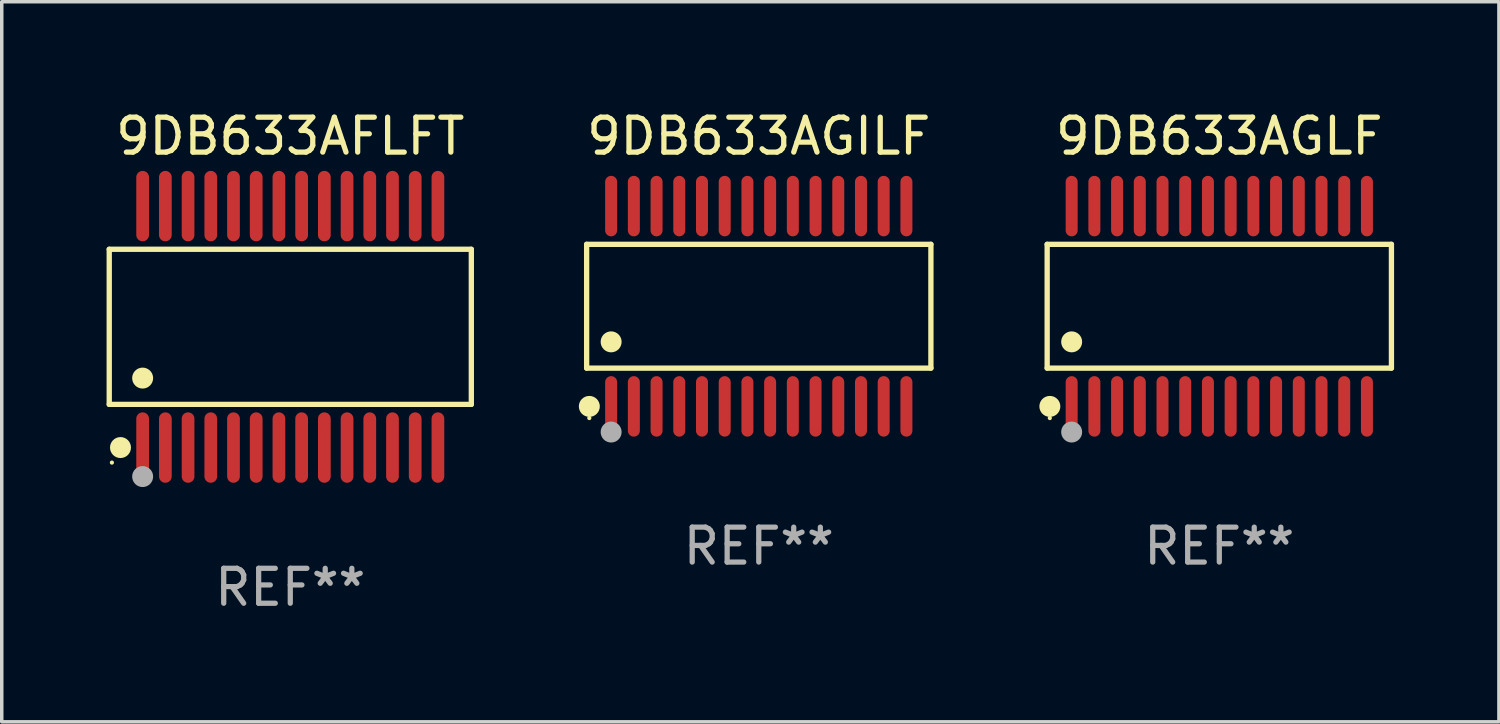
<source format=kicad_pcb>
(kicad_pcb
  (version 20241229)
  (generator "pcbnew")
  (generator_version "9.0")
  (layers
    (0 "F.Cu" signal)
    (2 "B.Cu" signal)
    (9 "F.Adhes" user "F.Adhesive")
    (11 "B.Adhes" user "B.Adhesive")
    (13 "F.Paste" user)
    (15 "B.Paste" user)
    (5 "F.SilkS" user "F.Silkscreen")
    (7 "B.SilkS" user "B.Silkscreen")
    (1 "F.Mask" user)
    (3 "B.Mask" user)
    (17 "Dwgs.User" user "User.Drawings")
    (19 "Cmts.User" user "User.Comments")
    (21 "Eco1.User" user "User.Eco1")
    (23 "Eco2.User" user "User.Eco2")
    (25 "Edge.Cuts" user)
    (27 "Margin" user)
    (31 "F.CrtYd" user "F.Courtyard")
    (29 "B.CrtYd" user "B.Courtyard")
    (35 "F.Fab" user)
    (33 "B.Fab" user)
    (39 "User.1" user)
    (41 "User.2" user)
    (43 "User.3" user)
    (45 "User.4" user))
  (footprint "9DB633AGILF"
    (layer "F.Cu")
    (at 18.664 5.714)
    (property "Reference" "9DB633AGILF" (at 0 -4.866 0) (layer "F.SilkS") (effects (font (size 1 1) (thickness 0.15))))
    (attr through_hole)
    (fp_line (start -4.926 -1.772) (end 4.926 -1.772) (stroke (width 0.152) (type solid)) (layer "F.SilkS"))
    (fp_line (start -4.926 1.771) (end -4.926 -1.772) (stroke (width 0.152) (type solid)) (layer "F.SilkS"))
    (fp_line (start 4.926 -1.772) (end 4.926 1.771) (stroke (width 0.152) (type solid)) (layer "F.SilkS"))
    (fp_line (start 4.926 1.771) (end -4.926 1.771) (stroke (width 0.152) (type solid)) (layer "F.SilkS"))
    (fp_circle (center -4.85 3.2) (end -4.82 3.2) (stroke (width 0.06) (type solid)) (fill no) (layer "F.SilkS"))
    (fp_circle (center -4.849 2.866) (end -4.699 2.866) (stroke (width 0.3) (type solid)) (fill no) (layer "F.SilkS"))
    (fp_circle (center -4.225 1.019) (end -4.075 1.019) (stroke (width 0.3) (type solid)) (fill no) (layer "F.SilkS"))
    (fp_circle (center -4.225 3.6) (end -4.075 3.6) (stroke (width 0.3) (type solid)) (fill no) (layer "F.Fab"))
    (fp_text user "REF**" (at 0 6.866 0) (layer "F.Fab") (effects (font (size 1 1) (thickness 0.15))))
    (pad "1" smd oval (at -4.225 2.866) (size 0.343 1.731) (layers "F.Cu" "F.Mask" "F.Paste"))
    (pad "2" smd oval (at -3.575 2.866) (size 0.343 1.731) (layers "F.Cu" "F.Mask" "F.Paste"))
    (pad "3" smd oval (at -2.925 2.866) (size 0.343 1.731) (layers "F.Cu" "F.Mask" "F.Paste"))
    (pad "4" smd oval (at -2.275 2.866) (size 0.343 1.731) (layers "F.Cu" "F.Mask" "F.Paste"))
    (pad "5" smd oval (at -1.625 2.866) (size 0.343 1.731) (layers "F.Cu" "F.Mask" "F.Paste"))
    (pad "6" smd oval (at -0.975 2.866) (size 0.343 1.731) (layers "F.Cu" "F.Mask" "F.Paste"))
    (pad "7" smd oval (at -0.325 2.866) (size 0.343 1.731) (layers "F.Cu" "F.Mask" "F.Paste"))
    (pad "8" smd oval (at 0.325 2.866) (size 0.343 1.731) (layers "F.Cu" "F.Mask" "F.Paste"))
    (pad "9" smd oval (at 0.975 2.866) (size 0.343 1.731) (layers "F.Cu" "F.Mask" "F.Paste"))
    (pad "10" smd oval (at 1.625 2.866) (size 0.343 1.731) (layers "F.Cu" "F.Mask" "F.Paste"))
    (pad "11" smd oval (at 2.275 2.866) (size 0.343 1.731) (layers "F.Cu" "F.Mask" "F.Paste"))
    (pad "12" smd oval (at 2.925 2.866) (size 0.343 1.731) (layers "F.Cu" "F.Mask" "F.Paste"))
    (pad "13" smd oval (at 3.575 2.866) (size 0.343 1.731) (layers "F.Cu" "F.Mask" "F.Paste"))
    (pad "14" smd oval (at 4.225 2.866) (size 0.343 1.731) (layers "F.Cu" "F.Mask" "F.Paste"))
    (pad "15" smd oval (at 4.225 -2.866) (size 0.343 1.731) (layers "F.Cu" "F.Mask" "F.Paste"))
    (pad "16" smd oval (at 3.575 -2.866) (size 0.343 1.731) (layers "F.Cu" "F.Mask" "F.Paste"))
    (pad "17" smd oval (at 2.925 -2.866) (size 0.343 1.731) (layers "F.Cu" "F.Mask" "F.Paste"))
    (pad "18" smd oval (at 2.275 -2.866) (size 0.343 1.731) (layers "F.Cu" "F.Mask" "F.Paste"))
    (pad "19" smd oval (at 1.625 -2.866) (size 0.343 1.731) (layers "F.Cu" "F.Mask" "F.Paste"))
    (pad "20" smd oval (at 0.975 -2.866) (size 0.343 1.731) (layers "F.Cu" "F.Mask" "F.Paste"))
    (pad "21" smd oval (at 0.325 -2.866) (size 0.343 1.731) (layers "F.Cu" "F.Mask" "F.Paste"))
    (pad "22" smd oval (at -0.325 -2.866) (size 0.343 1.731) (layers "F.Cu" "F.Mask" "F.Paste"))
    (pad "23" smd oval (at -0.975 -2.866) (size 0.343 1.731) (layers "F.Cu" "F.Mask" "F.Paste"))
    (pad "24" smd oval (at -1.625 -2.866) (size 0.343 1.731) (layers "F.Cu" "F.Mask" "F.Paste"))
    (pad "25" smd oval (at -2.275 -2.866) (size 0.343 1.731) (layers "F.Cu" "F.Mask" "F.Paste"))
    (pad "26" smd oval (at -2.925 -2.866) (size 0.343 1.731) (layers "F.Cu" "F.Mask" "F.Paste"))
    (pad "27" smd oval (at -3.575 -2.866) (size 0.343 1.731) (layers "F.Cu" "F.Mask" "F.Paste"))
    (pad "28" smd oval (at -4.225 -2.866) (size 0.343 1.731) (layers "F.Cu" "F.Mask" "F.Paste")))
  (footprint "9DB633AFLFT"
    (layer "F.Cu")
    (at 5.257 6.303)
    (property "Reference" "9DB633AFLFT" (at 0 -5.455 0) (layer "F.SilkS") (effects (font (size 1 1) (thickness 0.15))))
    (attr through_hole)
    (fp_line (start -5.181 -2.219) (end 5.181 -2.219) (stroke (width 0.152) (type solid)) (layer "F.SilkS"))
    (fp_line (start -5.181 2.219) (end -5.181 -2.219) (stroke (width 0.152) (type solid)) (layer "F.SilkS"))
    (fp_line (start 5.181 -2.219) (end 5.181 2.219) (stroke (width 0.152) (type solid)) (layer "F.SilkS"))
    (fp_line (start 5.181 2.219) (end -5.181 2.219) (stroke (width 0.152) (type solid)) (layer "F.SilkS"))
    (fp_circle (center -5.105 3.885) (end -5.075 3.885) (stroke (width 0.06) (type solid)) (fill no) (layer "F.SilkS"))
    (fp_circle (center -4.859 3.455) (end -4.709 3.455) (stroke (width 0.3) (type solid)) (fill no) (layer "F.SilkS"))
    (fp_circle (center -4.225 1.467) (end -4.075 1.467) (stroke (width 0.3) (type solid)) (fill no) (layer "F.SilkS"))
    (fp_circle (center -4.225 4.285) (end -4.075 4.285) (stroke (width 0.3) (type solid)) (fill no) (layer "F.Fab"))
    (fp_text user "REF**" (at 0 7.455 0) (layer "F.Fab") (effects (font (size 1 1) (thickness 0.15))))
    (pad "1" smd oval (at -4.225 3.455) (size 0.364 2.015) (layers "F.Cu" "F.Mask" "F.Paste"))
    (pad "2" smd oval (at -3.575 3.455) (size 0.364 2.015) (layers "F.Cu" "F.Mask" "F.Paste"))
    (pad "3" smd oval (at -2.925 3.455) (size 0.364 2.015) (layers "F.Cu" "F.Mask" "F.Paste"))
    (pad "4" smd oval (at -2.275 3.455) (size 0.364 2.015) (layers "F.Cu" "F.Mask" "F.Paste"))
    (pad "5" smd oval (at -1.625 3.455) (size 0.364 2.015) (layers "F.Cu" "F.Mask" "F.Paste"))
    (pad "6" smd oval (at -0.975 3.455) (size 0.364 2.015) (layers "F.Cu" "F.Mask" "F.Paste"))
    (pad "7" smd oval (at -0.325 3.455) (size 0.364 2.015) (layers "F.Cu" "F.Mask" "F.Paste"))
    (pad "8" smd oval (at 0.325 3.455) (size 0.364 2.015) (layers "F.Cu" "F.Mask" "F.Paste"))
    (pad "9" smd oval (at 0.975 3.455) (size 0.364 2.015) (layers "F.Cu" "F.Mask" "F.Paste"))
    (pad "10" smd oval (at 1.625 3.455) (size 0.364 2.015) (layers "F.Cu" "F.Mask" "F.Paste"))
    (pad "11" smd oval (at 2.275 3.455) (size 0.364 2.015) (layers "F.Cu" "F.Mask" "F.Paste"))
    (pad "12" smd oval (at 2.925 3.455) (size 0.364 2.015) (layers "F.Cu" "F.Mask" "F.Paste"))
    (pad "13" smd oval (at 3.575 3.455) (size 0.364 2.015) (layers "F.Cu" "F.Mask" "F.Paste"))
    (pad "14" smd oval (at 4.225 3.455) (size 0.364 2.015) (layers "F.Cu" "F.Mask" "F.Paste"))
    (pad "15" smd oval (at 4.225 -3.455) (size 0.364 2.015) (layers "F.Cu" "F.Mask" "F.Paste"))
    (pad "16" smd oval (at 3.575 -3.455) (size 0.364 2.015) (layers "F.Cu" "F.Mask" "F.Paste"))
    (pad "17" smd oval (at 2.925 -3.455) (size 0.364 2.015) (layers "F.Cu" "F.Mask" "F.Paste"))
    (pad "18" smd oval (at 2.275 -3.455) (size 0.364 2.015) (layers "F.Cu" "F.Mask" "F.Paste"))
    (pad "19" smd oval (at 1.625 -3.455) (size 0.364 2.015) (layers "F.Cu" "F.Mask" "F.Paste"))
    (pad "20" smd oval (at 0.975 -3.455) (size 0.364 2.015) (layers "F.Cu" "F.Mask" "F.Paste"))
    (pad "21" smd oval (at 0.325 -3.455) (size 0.364 2.015) (layers "F.Cu" "F.Mask" "F.Paste"))
    (pad "22" smd oval (at -0.325 -3.455) (size 0.364 2.015) (layers "F.Cu" "F.Mask" "F.Paste"))
    (pad "23" smd oval (at -0.975 -3.455) (size 0.364 2.015) (layers "F.Cu" "F.Mask" "F.Paste"))
    (pad "24" smd oval (at -1.625 -3.455) (size 0.364 2.015) (layers "F.Cu" "F.Mask" "F.Paste"))
    (pad "25" smd oval (at -2.275 -3.455) (size 0.364 2.015) (layers "F.Cu" "F.Mask" "F.Paste"))
    (pad "26" smd oval (at -2.925 -3.455) (size 0.364 2.015) (layers "F.Cu" "F.Mask" "F.Paste"))
    (pad "27" smd oval (at -3.575 -3.455) (size 0.364 2.015) (layers "F.Cu" "F.Mask" "F.Paste"))
    (pad "28" smd oval (at -4.225 -3.455) (size 0.364 2.015) (layers "F.Cu" "F.Mask" "F.Paste")))
  (footprint "9DB633AGLF"
    (layer "F.Cu")
    (at 31.843 5.714)
    (property "Reference" "9DB633AGLF" (at 0 -4.866 0) (layer "F.SilkS") (effects (font (size 1 1) (thickness 0.15))))
    (attr through_hole)
    (fp_line (start -4.926 -1.772) (end 4.926 -1.772) (stroke (width 0.152) (type solid)) (layer "F.SilkS"))
    (fp_line (start -4.926 1.771) (end -4.926 -1.772) (stroke (width 0.152) (type solid)) (layer "F.SilkS"))
    (fp_line (start 4.926 -1.772) (end 4.926 1.771) (stroke (width 0.152) (type solid)) (layer "F.SilkS"))
    (fp_line (start 4.926 1.771) (end -4.926 1.771) (stroke (width 0.152) (type solid)) (layer "F.SilkS"))
    (fp_circle (center -4.85 3.2) (end -4.82 3.2) (stroke (width 0.06) (type solid)) (fill no) (layer "F.SilkS"))
    (fp_circle (center -4.849 2.866) (end -4.699 2.866) (stroke (width 0.3) (type solid)) (fill no) (layer "F.SilkS"))
    (fp_circle (center -4.225 1.019) (end -4.075 1.019) (stroke (width 0.3) (type solid)) (fill no) (layer "F.SilkS"))
    (fp_circle (center -4.225 3.6) (end -4.075 3.6) (stroke (width 0.3) (type solid)) (fill no) (layer "F.Fab"))
    (fp_text user "REF**" (at 0 6.866 0) (layer "F.Fab") (effects (font (size 1 1) (thickness 0.15))))
    (pad "1" smd oval (at -4.225 2.866) (size 0.343 1.731) (layers "F.Cu" "F.Mask" "F.Paste"))
    (pad "2" smd oval (at -3.575 2.866) (size 0.343 1.731) (layers "F.Cu" "F.Mask" "F.Paste"))
    (pad "3" smd oval (at -2.925 2.866) (size 0.343 1.731) (layers "F.Cu" "F.Mask" "F.Paste"))
    (pad "4" smd oval (at -2.275 2.866) (size 0.343 1.731) (layers "F.Cu" "F.Mask" "F.Paste"))
    (pad "5" smd oval (at -1.625 2.866) (size 0.343 1.731) (layers "F.Cu" "F.Mask" "F.Paste"))
    (pad "6" smd oval (at -0.975 2.866) (size 0.343 1.731) (layers "F.Cu" "F.Mask" "F.Paste"))
    (pad "7" smd oval (at -0.325 2.866) (size 0.343 1.731) (layers "F.Cu" "F.Mask" "F.Paste"))
    (pad "8" smd oval (at 0.325 2.866) (size 0.343 1.731) (layers "F.Cu" "F.Mask" "F.Paste"))
    (pad "9" smd oval (at 0.975 2.866) (size 0.343 1.731) (layers "F.Cu" "F.Mask" "F.Paste"))
    (pad "10" smd oval (at 1.625 2.866) (size 0.343 1.731) (layers "F.Cu" "F.Mask" "F.Paste"))
    (pad "11" smd oval (at 2.275 2.866) (size 0.343 1.731) (layers "F.Cu" "F.Mask" "F.Paste"))
    (pad "12" smd oval (at 2.925 2.866) (size 0.343 1.731) (layers "F.Cu" "F.Mask" "F.Paste"))
    (pad "13" smd oval (at 3.575 2.866) (size 0.343 1.731) (layers "F.Cu" "F.Mask" "F.Paste"))
    (pad "14" smd oval (at 4.225 2.866) (size 0.343 1.731) (layers "F.Cu" "F.Mask" "F.Paste"))
    (pad "15" smd oval (at 4.225 -2.866) (size 0.343 1.731) (layers "F.Cu" "F.Mask" "F.Paste"))
    (pad "16" smd oval (at 3.575 -2.866) (size 0.343 1.731) (layers "F.Cu" "F.Mask" "F.Paste"))
    (pad "17" smd oval (at 2.925 -2.866) (size 0.343 1.731) (layers "F.Cu" "F.Mask" "F.Paste"))
    (pad "18" smd oval (at 2.275 -2.866) (size 0.343 1.731) (layers "F.Cu" "F.Mask" "F.Paste"))
    (pad "19" smd oval (at 1.625 -2.866) (size 0.343 1.731) (layers "F.Cu" "F.Mask" "F.Paste"))
    (pad "20" smd oval (at 0.975 -2.866) (size 0.343 1.731) (layers "F.Cu" "F.Mask" "F.Paste"))
    (pad "21" smd oval (at 0.325 -2.866) (size 0.343 1.731) (layers "F.Cu" "F.Mask" "F.Paste"))
    (pad "22" smd oval (at -0.325 -2.866) (size 0.343 1.731) (layers "F.Cu" "F.Mask" "F.Paste"))
    (pad "23" smd oval (at -0.975 -2.866) (size 0.343 1.731) (layers "F.Cu" "F.Mask" "F.Paste"))
    (pad "24" smd oval (at -1.625 -2.866) (size 0.343 1.731) (layers "F.Cu" "F.Mask" "F.Paste"))
    (pad "25" smd oval (at -2.275 -2.866) (size 0.343 1.731) (layers "F.Cu" "F.Mask" "F.Paste"))
    (pad "26" smd oval (at -2.925 -2.866) (size 0.343 1.731) (layers "F.Cu" "F.Mask" "F.Paste"))
    (pad "27" smd oval (at -3.575 -2.866) (size 0.343 1.731) (layers "F.Cu" "F.Mask" "F.Paste"))
    (pad "28" smd oval (at -4.225 -2.866) (size 0.343 1.731) (layers "F.Cu" "F.Mask" "F.Paste")))
  (gr_rect
    (start -3 -3)
    (end 39.845 17.607)
    (stroke (width 0.1) (type default))
    (fill no)
    (layer "Edge.Cuts")))
</source>
